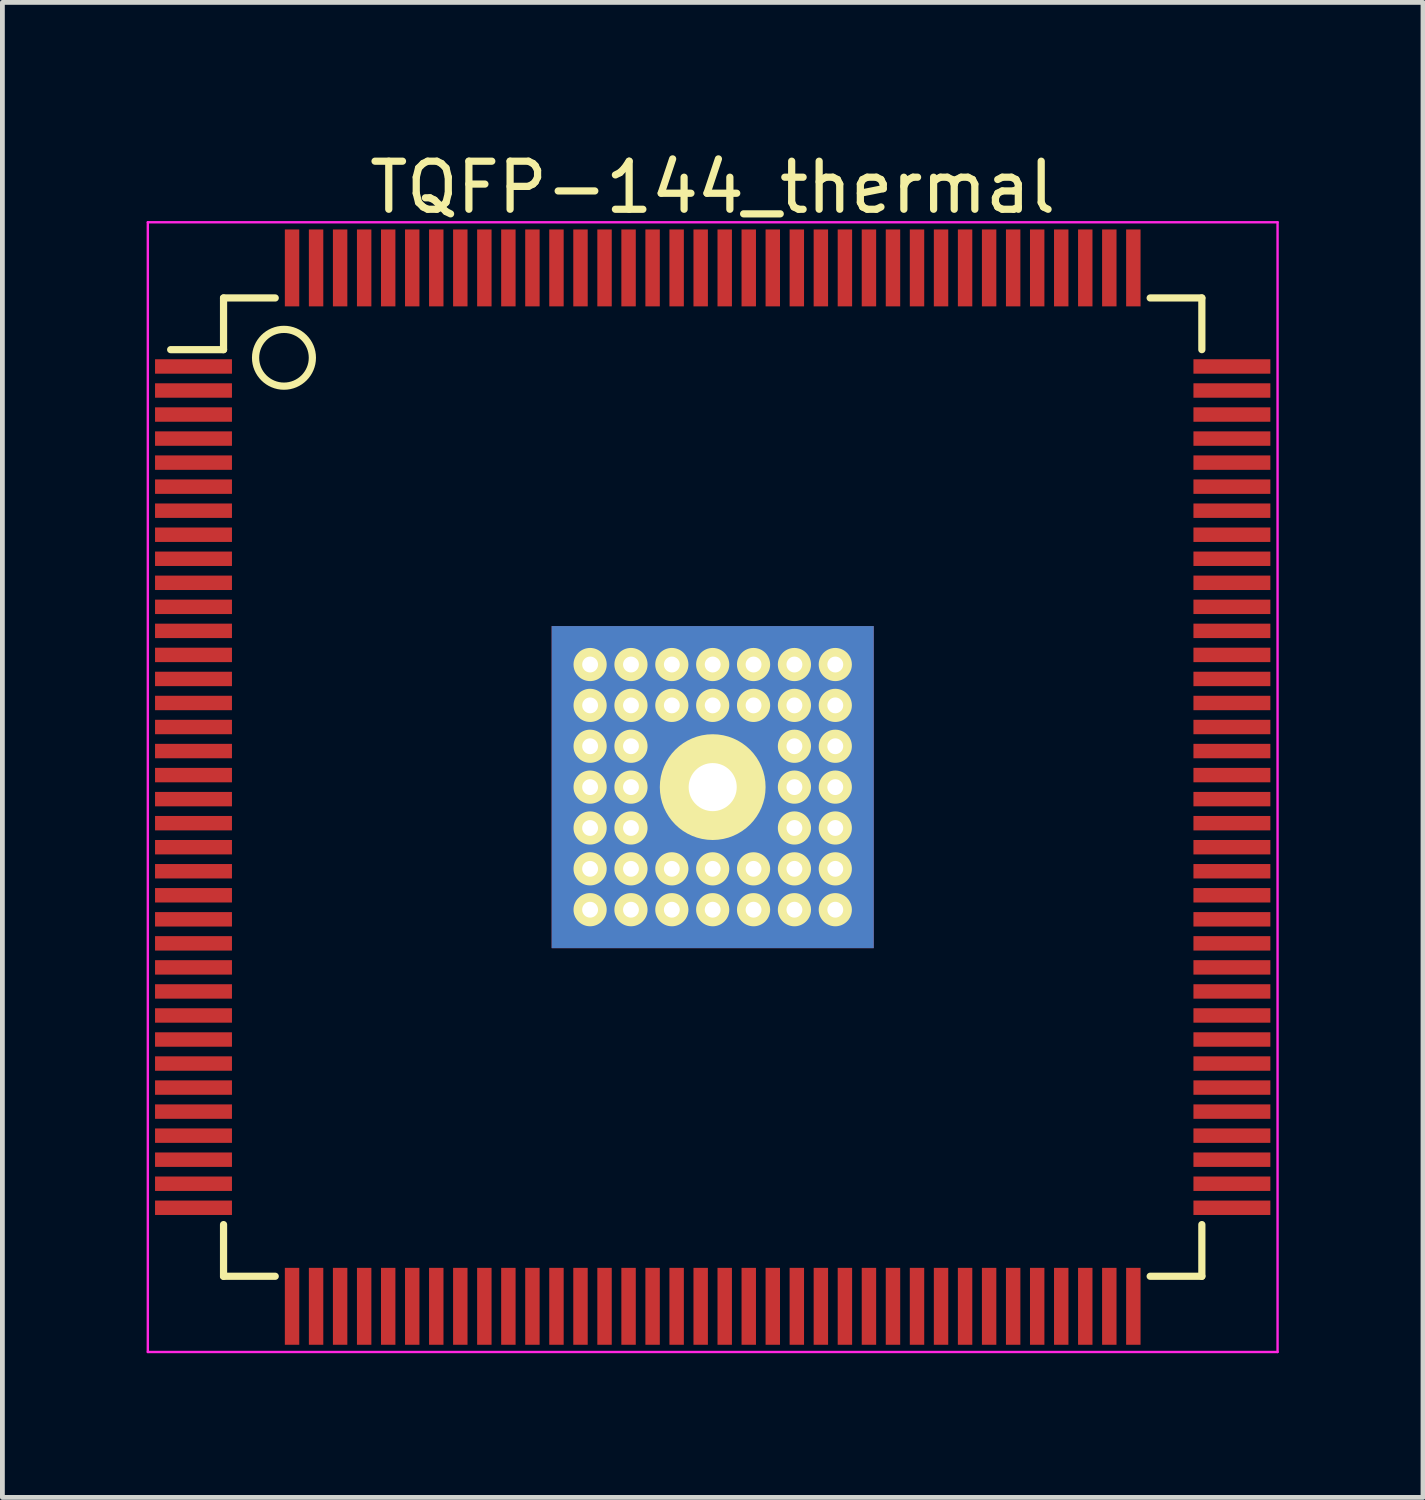
<source format=kicad_pcb>
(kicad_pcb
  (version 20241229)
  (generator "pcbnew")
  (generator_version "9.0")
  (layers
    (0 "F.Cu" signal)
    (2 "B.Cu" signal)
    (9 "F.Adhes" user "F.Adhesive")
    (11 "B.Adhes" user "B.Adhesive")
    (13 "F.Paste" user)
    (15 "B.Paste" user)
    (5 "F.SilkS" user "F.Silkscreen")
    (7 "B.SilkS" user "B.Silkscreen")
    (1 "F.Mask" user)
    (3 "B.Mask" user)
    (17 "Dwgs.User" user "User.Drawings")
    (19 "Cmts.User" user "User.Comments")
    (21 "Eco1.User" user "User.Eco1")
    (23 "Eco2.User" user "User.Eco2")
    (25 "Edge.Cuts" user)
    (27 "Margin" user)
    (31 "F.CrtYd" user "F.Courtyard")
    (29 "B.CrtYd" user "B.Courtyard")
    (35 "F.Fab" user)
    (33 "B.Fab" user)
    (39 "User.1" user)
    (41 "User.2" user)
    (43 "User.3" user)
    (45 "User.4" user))
  (footprint "TQFP-144_thermal"
    (layer "F.Cu")
    (at 11.775 13.323)
    (property "Reference" "TQFP-144_thermal" (at 0 -12.475 0) (layer "F.SilkS") (effects (font (size 1 1) (thickness 0.15))))
    (attr smd)
    (fp_line (start -10.175 -10.175) (end -10.175 -9.1) (stroke (width 0.15) (type solid)) (layer "F.SilkS"))
    (fp_line (start -10.175 -10.175) (end -9.1 -10.175) (stroke (width 0.15) (type solid)) (layer "F.SilkS"))
    (fp_line (start -10.175 -9.1) (end -11.275 -9.1) (stroke (width 0.15) (type solid)) (layer "F.SilkS"))
    (fp_line (start -10.175 10.175) (end -10.175 9.1) (stroke (width 0.15) (type solid)) (layer "F.SilkS"))
    (fp_line (start -10.175 10.175) (end -9.1 10.175) (stroke (width 0.15) (type solid)) (layer "F.SilkS"))
    (fp_line (start 10.175 -10.175) (end 9.1 -10.175) (stroke (width 0.15) (type solid)) (layer "F.SilkS"))
    (fp_line (start 10.175 -10.175) (end 10.175 -9.1) (stroke (width 0.15) (type solid)) (layer "F.SilkS"))
    (fp_line (start 10.175 10.175) (end 9.1 10.175) (stroke (width 0.15) (type solid)) (layer "F.SilkS"))
    (fp_line (start 10.175 10.175) (end 10.175 9.1) (stroke (width 0.15) (type solid)) (layer "F.SilkS"))
    (fp_circle (center -8.918 -8.931) (end -8.545 -8.473) (stroke (width 0.15) (type solid)) (fill no) (layer "F.SilkS"))
    (fp_line (start -11.75 -11.75) (end -11.75 11.75) (stroke (width 0.05) (type solid)) (layer "F.CrtYd"))
    (fp_line (start -11.75 -11.75) (end 11.75 -11.75) (stroke (width 0.05) (type solid)) (layer "F.CrtYd"))
    (fp_line (start -11.75 11.75) (end 11.75 11.75) (stroke (width 0.05) (type solid)) (layer "F.CrtYd"))
    (fp_line (start 11.75 -11.75) (end 11.75 11.75) (stroke (width 0.05) (type solid)) (layer "F.CrtYd"))
    (pad "1" smd rect (at -10.8 -8.75) (size 1.6 0.3) (layers "F.Cu" "F.Mask" "F.Paste"))
    (pad "2" smd rect (at -10.8 -8.25) (size 1.6 0.3) (layers "F.Cu" "F.Mask" "F.Paste"))
    (pad "3" smd rect (at -10.8 -7.75) (size 1.6 0.3) (layers "F.Cu" "F.Mask" "F.Paste"))
    (pad "4" smd rect (at -10.8 -7.25) (size 1.6 0.3) (layers "F.Cu" "F.Mask" "F.Paste"))
    (pad "5" smd rect (at -10.8 -6.75) (size 1.6 0.3) (layers "F.Cu" "F.Mask" "F.Paste"))
    (pad "6" smd rect (at -10.8 -6.25) (size 1.6 0.3) (layers "F.Cu" "F.Mask" "F.Paste"))
    (pad "7" smd rect (at -10.8 -5.75) (size 1.6 0.3) (layers "F.Cu" "F.Mask" "F.Paste"))
    (pad "8" smd rect (at -10.8 -5.25) (size 1.6 0.3) (layers "F.Cu" "F.Mask" "F.Paste"))
    (pad "9" smd rect (at -10.8 -4.75) (size 1.6 0.3) (layers "F.Cu" "F.Mask" "F.Paste"))
    (pad "10" smd rect (at -10.8 -4.25) (size 1.6 0.3) (layers "F.Cu" "F.Mask" "F.Paste"))
    (pad "11" smd rect (at -10.8 -3.75) (size 1.6 0.3) (layers "F.Cu" "F.Mask" "F.Paste"))
    (pad "12" smd rect (at -10.8 -3.25) (size 1.6 0.3) (layers "F.Cu" "F.Mask" "F.Paste"))
    (pad "13" smd rect (at -10.8 -2.75) (size 1.6 0.3) (layers "F.Cu" "F.Mask" "F.Paste"))
    (pad "14" smd rect (at -10.8 -2.25) (size 1.6 0.3) (layers "F.Cu" "F.Mask" "F.Paste"))
    (pad "15" smd rect (at -10.8 -1.75) (size 1.6 0.3) (layers "F.Cu" "F.Mask" "F.Paste"))
    (pad "16" smd rect (at -10.8 -1.25) (size 1.6 0.3) (layers "F.Cu" "F.Mask" "F.Paste"))
    (pad "17" smd rect (at -10.8 -0.75) (size 1.6 0.3) (layers "F.Cu" "F.Mask" "F.Paste"))
    (pad "18" smd rect (at -10.8 -0.25) (size 1.6 0.3) (layers "F.Cu" "F.Mask" "F.Paste"))
    (pad "19" smd rect (at -10.8 0.25) (size 1.6 0.3) (layers "F.Cu" "F.Mask" "F.Paste"))
    (pad "20" smd rect (at -10.8 0.75) (size 1.6 0.3) (layers "F.Cu" "F.Mask" "F.Paste"))
    (pad "21" smd rect (at -10.8 1.25) (size 1.6 0.3) (layers "F.Cu" "F.Mask" "F.Paste"))
    (pad "22" smd rect (at -10.8 1.75) (size 1.6 0.3) (layers "F.Cu" "F.Mask" "F.Paste"))
    (pad "23" smd rect (at -10.8 2.25) (size 1.6 0.3) (layers "F.Cu" "F.Mask" "F.Paste"))
    (pad "24" smd rect (at -10.8 2.75) (size 1.6 0.3) (layers "F.Cu" "F.Mask" "F.Paste"))
    (pad "25" smd rect (at -10.8 3.25) (size 1.6 0.3) (layers "F.Cu" "F.Mask" "F.Paste"))
    (pad "26" smd rect (at -10.8 3.75) (size 1.6 0.3) (layers "F.Cu" "F.Mask" "F.Paste"))
    (pad "27" smd rect (at -10.8 4.25) (size 1.6 0.3) (layers "F.Cu" "F.Mask" "F.Paste"))
    (pad "28" smd rect (at -10.8 4.75) (size 1.6 0.3) (layers "F.Cu" "F.Mask" "F.Paste"))
    (pad "29" smd rect (at -10.8 5.25) (size 1.6 0.3) (layers "F.Cu" "F.Mask" "F.Paste"))
    (pad "30" smd rect (at -10.8 5.75) (size 1.6 0.3) (layers "F.Cu" "F.Mask" "F.Paste"))
    (pad "31" smd rect (at -10.8 6.25) (size 1.6 0.3) (layers "F.Cu" "F.Mask" "F.Paste"))
    (pad "32" smd rect (at -10.8 6.75) (size 1.6 0.3) (layers "F.Cu" "F.Mask" "F.Paste"))
    (pad "33" smd rect (at -10.8 7.25) (size 1.6 0.3) (layers "F.Cu" "F.Mask" "F.Paste"))
    (pad "34" smd rect (at -10.8 7.75) (size 1.6 0.3) (layers "F.Cu" "F.Mask" "F.Paste"))
    (pad "35" smd rect (at -10.8 8.25) (size 1.6 0.3) (layers "F.Cu" "F.Mask" "F.Paste"))
    (pad "36" smd rect (at -10.8 8.75) (size 1.6 0.3) (layers "F.Cu" "F.Mask" "F.Paste"))
    (pad "37" smd rect (at -8.75 10.8 90) (size 1.6 0.3) (layers "F.Cu" "F.Mask" "F.Paste"))
    (pad "38" smd rect (at -8.25 10.8 90) (size 1.6 0.3) (layers "F.Cu" "F.Mask" "F.Paste"))
    (pad "39" smd rect (at -7.75 10.8 90) (size 1.6 0.3) (layers "F.Cu" "F.Mask" "F.Paste"))
    (pad "40" smd rect (at -7.25 10.8 90) (size 1.6 0.3) (layers "F.Cu" "F.Mask" "F.Paste"))
    (pad "41" smd rect (at -6.75 10.8 90) (size 1.6 0.3) (layers "F.Cu" "F.Mask" "F.Paste"))
    (pad "41" thru_hole circle (at -2.55 -2.55) (size 0.69 0.69) (drill 0.33) (layers "*.Cu" "*.Mask" "F.SilkS"))
    (pad "41" thru_hole circle (at -2.55 -1.7) (size 0.69 0.69) (drill 0.33) (layers "*.Cu" "*.Mask" "F.SilkS"))
    (pad "41" thru_hole circle (at -2.55 -0.85) (size 0.69 0.69) (drill 0.33) (layers "*.Cu" "*.Mask" "F.SilkS"))
    (pad "41" thru_hole circle (at -2.55 0) (size 0.69 0.69) (drill 0.33) (layers "*.Cu" "*.Mask" "F.SilkS"))
    (pad "41" thru_hole circle (at -2.55 0.85) (size 0.69 0.69) (drill 0.33) (layers "*.Cu" "*.Mask" "F.SilkS"))
    (pad "41" thru_hole circle (at -2.55 1.7) (size 0.69 0.69) (drill 0.33) (layers "*.Cu" "*.Mask" "F.SilkS"))
    (pad "41" thru_hole circle (at -2.55 2.55) (size 0.69 0.69) (drill 0.33) (layers "*.Cu" "*.Mask" "F.SilkS"))
    (pad "41" thru_hole circle (at -1.7 -2.55) (size 0.69 0.69) (drill 0.33) (layers "*.Cu" "*.Mask" "F.SilkS"))
    (pad "41" thru_hole circle (at -1.7 -1.7) (size 0.69 0.69) (drill 0.33) (layers "*.Cu" "*.Mask" "F.SilkS"))
    (pad "41" thru_hole circle (at -1.7 -0.85) (size 0.69 0.69) (drill 0.33) (layers "*.Cu" "*.Mask" "F.SilkS"))
    (pad "41" thru_hole circle (at -1.7 0) (size 0.69 0.69) (drill 0.33) (layers "*.Cu" "*.Mask" "F.SilkS"))
    (pad "41" thru_hole circle (at -1.7 0.85) (size 0.69 0.69) (drill 0.33) (layers "*.Cu" "*.Mask" "F.SilkS"))
    (pad "41" thru_hole circle (at -1.7 1.7) (size 0.69 0.69) (drill 0.33) (layers "*.Cu" "*.Mask" "F.SilkS"))
    (pad "41" thru_hole circle (at -1.7 2.55) (size 0.69 0.69) (drill 0.33) (layers "*.Cu" "*.Mask" "F.SilkS"))
    (pad "41" thru_hole circle (at -0.85 -2.55) (size 0.69 0.69) (drill 0.33) (layers "*.Cu" "*.Mask" "F.SilkS"))
    (pad "41" thru_hole circle (at -0.85 -1.7) (size 0.69 0.69) (drill 0.33) (layers "*.Cu" "*.Mask" "F.SilkS"))
    (pad "41" thru_hole circle (at -0.85 1.7) (size 0.69 0.69) (drill 0.33) (layers "*.Cu" "*.Mask" "F.SilkS"))
    (pad "41" thru_hole circle (at -0.85 2.55) (size 0.69 0.69) (drill 0.33) (layers "*.Cu" "*.Mask" "F.SilkS"))
    (pad "41" thru_hole circle (at 0 -2.55) (size 0.69 0.69) (drill 0.33) (layers "*.Cu" "*.Mask" "F.SilkS"))
    (pad "41" thru_hole circle (at 0 -1.7) (size 0.69 0.69) (drill 0.33) (layers "*.Cu" "*.Mask" "F.SilkS"))
    (pad "41" thru_hole circle (at 0 0) (size 2.2 2.2) (drill 1) (layers "*.Cu" "*.Mask" "F.SilkS"))
    (pad "41" smd rect (at 0 0) (size 6.7 6.7) (layers "*.Cu" "F.Mask" "F.Paste"))
    (pad "41" thru_hole circle (at 0 1.7) (size 0.69 0.69) (drill 0.33) (layers "*.Cu" "*.Mask" "F.SilkS"))
    (pad "41" thru_hole circle (at 0 2.55) (size 0.69 0.69) (drill 0.33) (layers "*.Cu" "*.Mask" "F.SilkS"))
    (pad "41" thru_hole circle (at 0.85 -2.55) (size 0.69 0.69) (drill 0.33) (layers "*.Cu" "*.Mask" "F.SilkS"))
    (pad "41" thru_hole circle (at 0.85 -1.7) (size 0.69 0.69) (drill 0.33) (layers "*.Cu" "*.Mask" "F.SilkS"))
    (pad "41" thru_hole circle (at 0.85 1.7) (size 0.69 0.69) (drill 0.33) (layers "*.Cu" "*.Mask" "F.SilkS"))
    (pad "41" thru_hole circle (at 0.85 2.55) (size 0.69 0.69) (drill 0.33) (layers "*.Cu" "*.Mask" "F.SilkS"))
    (pad "41" thru_hole circle (at 1.7 -2.55) (size 0.69 0.69) (drill 0.33) (layers "*.Cu" "*.Mask" "F.SilkS"))
    (pad "41" thru_hole circle (at 1.7 -1.7) (size 0.69 0.69) (drill 0.33) (layers "*.Cu" "*.Mask" "F.SilkS"))
    (pad "41" thru_hole circle (at 1.7 -0.85) (size 0.69 0.69) (drill 0.33) (layers "*.Cu" "*.Mask" "F.SilkS"))
    (pad "41" thru_hole circle (at 1.7 0) (size 0.69 0.69) (drill 0.33) (layers "*.Cu" "*.Mask" "F.SilkS"))
    (pad "41" thru_hole circle (at 1.7 0.85) (size 0.69 0.69) (drill 0.33) (layers "*.Cu" "*.Mask" "F.SilkS"))
    (pad "41" thru_hole circle (at 1.7 1.7) (size 0.69 0.69) (drill 0.33) (layers "*.Cu" "*.Mask" "F.SilkS"))
    (pad "41" thru_hole circle (at 1.7 2.55) (size 0.69 0.69) (drill 0.33) (layers "*.Cu" "*.Mask" "F.SilkS"))
    (pad "41" thru_hole circle (at 2.55 -2.55) (size 0.69 0.69) (drill 0.33) (layers "*.Cu" "*.Mask" "F.SilkS"))
    (pad "41" thru_hole circle (at 2.55 -1.7) (size 0.69 0.69) (drill 0.33) (layers "*.Cu" "*.Mask" "F.SilkS"))
    (pad "41" thru_hole circle (at 2.55 -0.85) (size 0.69 0.69) (drill 0.33) (layers "*.Cu" "*.Mask" "F.SilkS"))
    (pad "41" thru_hole circle (at 2.55 0) (size 0.69 0.69) (drill 0.33) (layers "*.Cu" "*.Mask" "F.SilkS"))
    (pad "41" thru_hole circle (at 2.55 0.85) (size 0.69 0.69) (drill 0.33) (layers "*.Cu" "*.Mask" "F.SilkS"))
    (pad "41" thru_hole circle (at 2.55 1.7) (size 0.69 0.69) (drill 0.33) (layers "*.Cu" "*.Mask" "F.SilkS"))
    (pad "41" thru_hole circle (at 2.55 2.55) (size 0.69 0.69) (drill 0.33) (layers "*.Cu" "*.Mask" "F.SilkS"))
    (pad "42" smd rect (at -6.25 10.8 90) (size 1.6 0.3) (layers "F.Cu" "F.Mask" "F.Paste"))
    (pad "43" smd rect (at -5.75 10.8 90) (size 1.6 0.3) (layers "F.Cu" "F.Mask" "F.Paste"))
    (pad "44" smd rect (at -5.25 10.8 90) (size 1.6 0.3) (layers "F.Cu" "F.Mask" "F.Paste"))
    (pad "45" smd rect (at -4.75 10.8 90) (size 1.6 0.3) (layers "F.Cu" "F.Mask" "F.Paste"))
    (pad "46" smd rect (at -4.25 10.8 90) (size 1.6 0.3) (layers "F.Cu" "F.Mask" "F.Paste"))
    (pad "47" smd rect (at -3.75 10.8 90) (size 1.6 0.3) (layers "F.Cu" "F.Mask" "F.Paste"))
    (pad "48" smd rect (at -3.25 10.8 90) (size 1.6 0.3) (layers "F.Cu" "F.Mask" "F.Paste"))
    (pad "49" smd rect (at -2.75 10.8 90) (size 1.6 0.3) (layers "F.Cu" "F.Mask" "F.Paste"))
    (pad "50" smd rect (at -2.25 10.8 90) (size 1.6 0.3) (layers "F.Cu" "F.Mask" "F.Paste"))
    (pad "51" smd rect (at -1.75 10.8 90) (size 1.6 0.3) (layers "F.Cu" "F.Mask" "F.Paste"))
    (pad "52" smd rect (at -1.25 10.8 90) (size 1.6 0.3) (layers "F.Cu" "F.Mask" "F.Paste"))
    (pad "53" smd rect (at -0.75 10.8 90) (size 1.6 0.3) (layers "F.Cu" "F.Mask" "F.Paste"))
    (pad "54" smd rect (at -0.25 10.8 90) (size 1.6 0.3) (layers "F.Cu" "F.Mask" "F.Paste"))
    (pad "55" smd rect (at 0.25 10.8 90) (size 1.6 0.3) (layers "F.Cu" "F.Mask" "F.Paste"))
    (pad "56" smd rect (at 0.75 10.8 90) (size 1.6 0.3) (layers "F.Cu" "F.Mask" "F.Paste"))
    (pad "57" smd rect (at 1.25 10.8 90) (size 1.6 0.3) (layers "F.Cu" "F.Mask" "F.Paste"))
    (pad "58" smd rect (at 1.75 10.8 90) (size 1.6 0.3) (layers "F.Cu" "F.Mask" "F.Paste"))
    (pad "59" smd rect (at 2.25 10.8 90) (size 1.6 0.3) (layers "F.Cu" "F.Mask" "F.Paste"))
    (pad "60" smd rect (at 2.75 10.8 90) (size 1.6 0.3) (layers "F.Cu" "F.Mask" "F.Paste"))
    (pad "61" smd rect (at 3.25 10.8 90) (size 1.6 0.3) (layers "F.Cu" "F.Mask" "F.Paste"))
    (pad "62" smd rect (at 3.75 10.8 90) (size 1.6 0.3) (layers "F.Cu" "F.Mask" "F.Paste"))
    (pad "63" smd rect (at 4.25 10.8 90) (size 1.6 0.3) (layers "F.Cu" "F.Mask" "F.Paste"))
    (pad "64" smd rect (at 4.75 10.8 90) (size 1.6 0.3) (layers "F.Cu" "F.Mask" "F.Paste"))
    (pad "65" smd rect (at 5.25 10.8 90) (size 1.6 0.3) (layers "F.Cu" "F.Mask" "F.Paste"))
    (pad "66" smd rect (at 5.75 10.8 90) (size 1.6 0.3) (layers "F.Cu" "F.Mask" "F.Paste"))
    (pad "67" smd rect (at 6.25 10.8 90) (size 1.6 0.3) (layers "F.Cu" "F.Mask" "F.Paste"))
    (pad "68" smd rect (at 6.75 10.8 90) (size 1.6 0.3) (layers "F.Cu" "F.Mask" "F.Paste"))
    (pad "69" smd rect (at 7.25 10.8 90) (size 1.6 0.3) (layers "F.Cu" "F.Mask" "F.Paste"))
    (pad "70" smd rect (at 7.75 10.8 90) (size 1.6 0.3) (layers "F.Cu" "F.Mask" "F.Paste"))
    (pad "71" smd rect (at 8.25 10.8 90) (size 1.6 0.3) (layers "F.Cu" "F.Mask" "F.Paste"))
    (pad "72" smd rect (at 8.75 10.8 90) (size 1.6 0.3) (layers "F.Cu" "F.Mask" "F.Paste"))
    (pad "73" smd rect (at 10.8 8.75) (size 1.6 0.3) (layers "F.Cu" "F.Mask" "F.Paste"))
    (pad "74" smd rect (at 10.8 8.25) (size 1.6 0.3) (layers "F.Cu" "F.Mask" "F.Paste"))
    (pad "75" smd rect (at 10.8 7.75) (size 1.6 0.3) (layers "F.Cu" "F.Mask" "F.Paste"))
    (pad "76" smd rect (at 10.8 7.25) (size 1.6 0.3) (layers "F.Cu" "F.Mask" "F.Paste"))
    (pad "77" smd rect (at 10.8 6.75) (size 1.6 0.3) (layers "F.Cu" "F.Mask" "F.Paste"))
    (pad "78" smd rect (at 10.8 6.25) (size 1.6 0.3) (layers "F.Cu" "F.Mask" "F.Paste"))
    (pad "79" smd rect (at 10.8 5.75) (size 1.6 0.3) (layers "F.Cu" "F.Mask" "F.Paste"))
    (pad "80" smd rect (at 10.8 5.25) (size 1.6 0.3) (layers "F.Cu" "F.Mask" "F.Paste"))
    (pad "81" smd rect (at 10.8 4.75) (size 1.6 0.3) (layers "F.Cu" "F.Mask" "F.Paste"))
    (pad "82" smd rect (at 10.8 4.25) (size 1.6 0.3) (layers "F.Cu" "F.Mask" "F.Paste"))
    (pad "83" smd rect (at 10.8 3.75) (size 1.6 0.3) (layers "F.Cu" "F.Mask" "F.Paste"))
    (pad "84" smd rect (at 10.8 3.25) (size 1.6 0.3) (layers "F.Cu" "F.Mask" "F.Paste"))
    (pad "85" smd rect (at 10.8 2.75) (size 1.6 0.3) (layers "F.Cu" "F.Mask" "F.Paste"))
    (pad "86" smd rect (at 10.8 2.25) (size 1.6 0.3) (layers "F.Cu" "F.Mask" "F.Paste"))
    (pad "87" smd rect (at 10.8 1.75) (size 1.6 0.3) (layers "F.Cu" "F.Mask" "F.Paste"))
    (pad "88" smd rect (at 10.8 1.25) (size 1.6 0.3) (layers "F.Cu" "F.Mask" "F.Paste"))
    (pad "89" smd rect (at 10.8 0.75) (size 1.6 0.3) (layers "F.Cu" "F.Mask" "F.Paste"))
    (pad "90" smd rect (at 10.8 0.25) (size 1.6 0.3) (layers "F.Cu" "F.Mask" "F.Paste"))
    (pad "91" smd rect (at 10.8 -0.25) (size 1.6 0.3) (layers "F.Cu" "F.Mask" "F.Paste"))
    (pad "92" smd rect (at 10.8 -0.75) (size 1.6 0.3) (layers "F.Cu" "F.Mask" "F.Paste"))
    (pad "93" smd rect (at 10.8 -1.25) (size 1.6 0.3) (layers "F.Cu" "F.Mask" "F.Paste"))
    (pad "94" smd rect (at 10.8 -1.75) (size 1.6 0.3) (layers "F.Cu" "F.Mask" "F.Paste"))
    (pad "95" smd rect (at 10.8 -2.25) (size 1.6 0.3) (layers "F.Cu" "F.Mask" "F.Paste"))
    (pad "96" smd rect (at 10.8 -2.75) (size 1.6 0.3) (layers "F.Cu" "F.Mask" "F.Paste"))
    (pad "97" smd rect (at 10.8 -3.25) (size 1.6 0.3) (layers "F.Cu" "F.Mask" "F.Paste"))
    (pad "98" smd rect (at 10.8 -3.75) (size 1.6 0.3) (layers "F.Cu" "F.Mask" "F.Paste"))
    (pad "99" smd rect (at 10.8 -4.25) (size 1.6 0.3) (layers "F.Cu" "F.Mask" "F.Paste"))
    (pad "100" smd rect (at 10.8 -4.75) (size 1.6 0.3) (layers "F.Cu" "F.Mask" "F.Paste"))
    (pad "101" smd rect (at 10.8 -5.25) (size 1.6 0.3) (layers "F.Cu" "F.Mask" "F.Paste"))
    (pad "102" smd rect (at 10.8 -5.75) (size 1.6 0.3) (layers "F.Cu" "F.Mask" "F.Paste"))
    (pad "103" smd rect (at 10.8 -6.25) (size 1.6 0.3) (layers "F.Cu" "F.Mask" "F.Paste"))
    (pad "104" smd rect (at 10.8 -6.75) (size 1.6 0.3) (layers "F.Cu" "F.Mask" "F.Paste"))
    (pad "105" smd rect (at 10.8 -7.25) (size 1.6 0.3) (layers "F.Cu" "F.Mask" "F.Paste"))
    (pad "106" smd rect (at 10.8 -7.75) (size 1.6 0.3) (layers "F.Cu" "F.Mask" "F.Paste"))
    (pad "107" smd rect (at 10.8 -8.25) (size 1.6 0.3) (layers "F.Cu" "F.Mask" "F.Paste"))
    (pad "108" smd rect (at 10.8 -8.75) (size 1.6 0.3) (layers "F.Cu" "F.Mask" "F.Paste"))
    (pad "109" smd rect (at 8.75 -10.8 90) (size 1.6 0.3) (layers "F.Cu" "F.Mask" "F.Paste"))
    (pad "110" smd rect (at 8.25 -10.8 90) (size 1.6 0.3) (layers "F.Cu" "F.Mask" "F.Paste"))
    (pad "111" smd rect (at 7.75 -10.8 90) (size 1.6 0.3) (layers "F.Cu" "F.Mask" "F.Paste"))
    (pad "112" smd rect (at 7.25 -10.8 90) (size 1.6 0.3) (layers "F.Cu" "F.Mask" "F.Paste"))
    (pad "113" smd rect (at 6.75 -10.8 90) (size 1.6 0.3) (layers "F.Cu" "F.Mask" "F.Paste"))
    (pad "114" smd rect (at 6.25 -10.8 90) (size 1.6 0.3) (layers "F.Cu" "F.Mask" "F.Paste"))
    (pad "115" smd rect (at 5.75 -10.8 90) (size 1.6 0.3) (layers "F.Cu" "F.Mask" "F.Paste"))
    (pad "116" smd rect (at 5.25 -10.8 90) (size 1.6 0.3) (layers "F.Cu" "F.Mask" "F.Paste"))
    (pad "117" smd rect (at 4.75 -10.8 90) (size 1.6 0.3) (layers "F.Cu" "F.Mask" "F.Paste"))
    (pad "118" smd rect (at 4.25 -10.8 90) (size 1.6 0.3) (layers "F.Cu" "F.Mask" "F.Paste"))
    (pad "119" smd rect (at 3.75 -10.8 90) (size 1.6 0.3) (layers "F.Cu" "F.Mask" "F.Paste"))
    (pad "120" smd rect (at 3.25 -10.8 90) (size 1.6 0.3) (layers "F.Cu" "F.Mask" "F.Paste"))
    (pad "121" smd rect (at 2.75 -10.8 90) (size 1.6 0.3) (layers "F.Cu" "F.Mask" "F.Paste"))
    (pad "122" smd rect (at 2.25 -10.8 90) (size 1.6 0.3) (layers "F.Cu" "F.Mask" "F.Paste"))
    (pad "123" smd rect (at 1.75 -10.8 90) (size 1.6 0.3) (layers "F.Cu" "F.Mask" "F.Paste"))
    (pad "124" smd rect (at 1.25 -10.8 90) (size 1.6 0.3) (layers "F.Cu" "F.Mask" "F.Paste"))
    (pad "125" smd rect (at 0.75 -10.8 90) (size 1.6 0.3) (layers "F.Cu" "F.Mask" "F.Paste"))
    (pad "126" smd rect (at 0.25 -10.8 90) (size 1.6 0.3) (layers "F.Cu" "F.Mask" "F.Paste"))
    (pad "127" smd rect (at -0.25 -10.8 90) (size 1.6 0.3) (layers "F.Cu" "F.Mask" "F.Paste"))
    (pad "128" smd rect (at -0.75 -10.8 90) (size 1.6 0.3) (layers "F.Cu" "F.Mask" "F.Paste"))
    (pad "129" smd rect (at -1.25 -10.8 90) (size 1.6 0.3) (layers "F.Cu" "F.Mask" "F.Paste"))
    (pad "130" smd rect (at -1.75 -10.8 90) (size 1.6 0.3) (layers "F.Cu" "F.Mask" "F.Paste"))
    (pad "131" smd rect (at -2.25 -10.8 90) (size 1.6 0.3) (layers "F.Cu" "F.Mask" "F.Paste"))
    (pad "132" smd rect (at -2.75 -10.8 90) (size 1.6 0.3) (layers "F.Cu" "F.Mask" "F.Paste"))
    (pad "133" smd rect (at -3.25 -10.8 90) (size 1.6 0.3) (layers "F.Cu" "F.Mask" "F.Paste"))
    (pad "134" smd rect (at -3.75 -10.8 90) (size 1.6 0.3) (layers "F.Cu" "F.Mask" "F.Paste"))
    (pad "135" smd rect (at -4.25 -10.8 90) (size 1.6 0.3) (layers "F.Cu" "F.Mask" "F.Paste"))
    (pad "136" smd rect (at -4.75 -10.8 90) (size 1.6 0.3) (layers "F.Cu" "F.Mask" "F.Paste"))
    (pad "137" smd rect (at -5.25 -10.8 90) (size 1.6 0.3) (layers "F.Cu" "F.Mask" "F.Paste"))
    (pad "138" smd rect (at -5.75 -10.8 90) (size 1.6 0.3) (layers "F.Cu" "F.Mask" "F.Paste"))
    (pad "139" smd rect (at -6.25 -10.8 90) (size 1.6 0.3) (layers "F.Cu" "F.Mask" "F.Paste"))
    (pad "140" smd rect (at -6.75 -10.8 90) (size 1.6 0.3) (layers "F.Cu" "F.Mask" "F.Paste"))
    (pad "141" smd rect (at -7.25 -10.8 90) (size 1.6 0.3) (layers "F.Cu" "F.Mask" "F.Paste"))
    (pad "142" smd rect (at -7.75 -10.8 90) (size 1.6 0.3) (layers "F.Cu" "F.Mask" "F.Paste"))
    (pad "143" smd rect (at -8.25 -10.8 90) (size 1.6 0.3) (layers "F.Cu" "F.Mask" "F.Paste"))
    (pad "144" smd rect (at -8.75 -10.8 90) (size 1.6 0.3) (layers "F.Cu" "F.Mask" "F.Paste")))
  (gr_rect
    (start -3 -3)
    (end 26.55 28.098)
    (stroke (width 0.1) (type default))
    (fill no)
    (layer "Edge.Cuts")))
</source>
